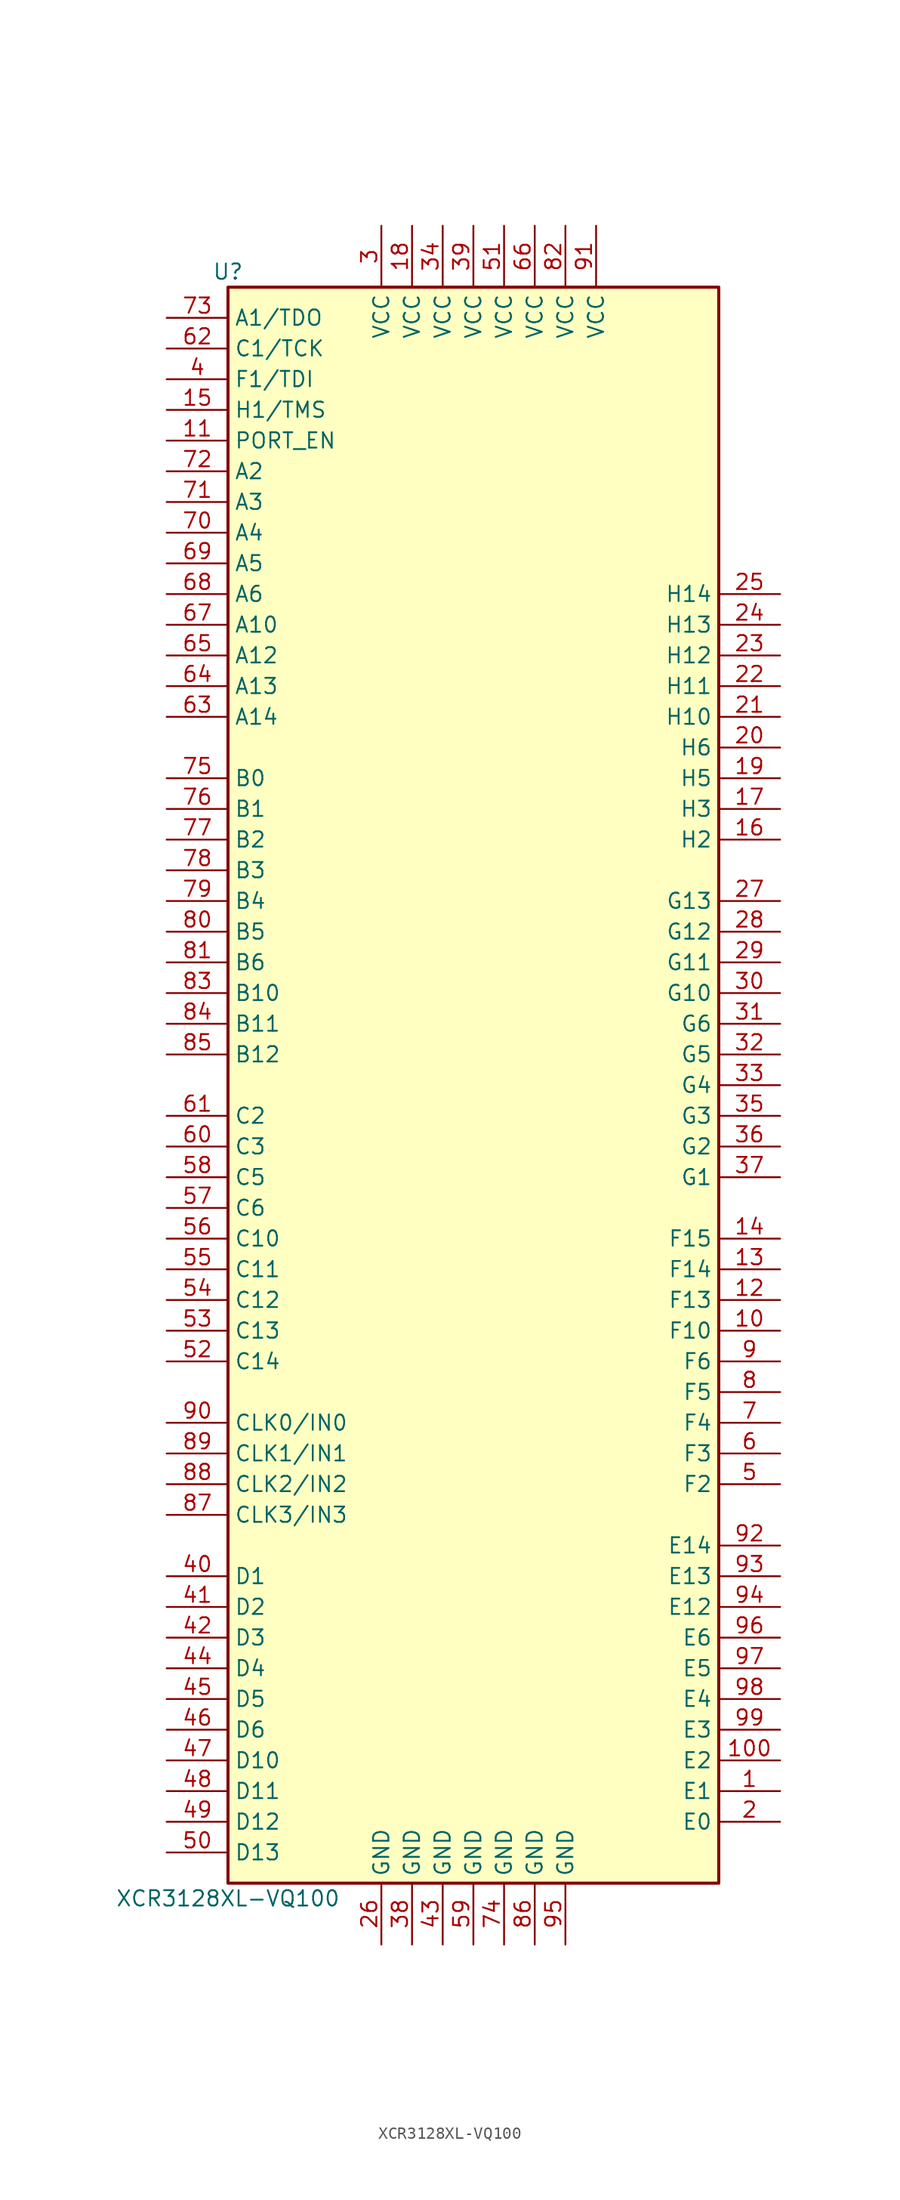
<source format=kicad_sym>
(kicad_symbol_lib
  (version 20201005)
  (generator kicad_symbol_editor)
  (symbol "CPLD_Xilinx:XCR3128XL-VQ100"
    (property "Reference" "U"
      (at -20.32 67.31 0)
      (effects (font (size 1.27 1.27))))
    (property "Value" "XCR3128XL-VQ100"
      (at -20.32 -67.31 0)
      (effects (font (size 1.27 1.27))))
    (symbol "XCR3128XL-VQ100_1_1"
      (rectangle (start -20.32 66.04) (end 20.32 -66.04) (stroke (width 0.254)) (fill (type background)))
      (pin passive line (at 25.4 -58.42 180) (length 5.08) (name "E1" (effects (font (size 1.27 1.27)))) (number "1" (effects (font (size 1.27 1.27)))))
      (pin passive line (at 25.4 -60.96 180) (length 5.08) (name "E0" (effects (font (size 1.27 1.27)))) (number "2" (effects (font (size 1.27 1.27)))))
      (pin power_in line (at -7.62 71.12 270) (length 5.08) (name "VCC" (effects (font (size 1.27 1.27)))) (number "3" (effects (font (size 1.27 1.27)))))
      (pin passive line (at -25.4 58.42 0) (length 5.08) (name "F1/TDI" (effects (font (size 1.27 1.27)))) (number "4" (effects (font (size 1.27 1.27)))))
      (pin passive line (at 25.4 -33.02 180) (length 5.08) (name "F2" (effects (font (size 1.27 1.27)))) (number "5" (effects (font (size 1.27 1.27)))))
      (pin passive line (at 25.4 -30.48 180) (length 5.08) (name "F3" (effects (font (size 1.27 1.27)))) (number "6" (effects (font (size 1.27 1.27)))))
      (pin passive line (at 25.4 -27.94 180) (length 5.08) (name "F4" (effects (font (size 1.27 1.27)))) (number "7" (effects (font (size 1.27 1.27)))))
      (pin passive line (at 25.4 -25.4 180) (length 5.08) (name "F5" (effects (font (size 1.27 1.27)))) (number "8" (effects (font (size 1.27 1.27)))))
      (pin passive line (at 25.4 -22.86 180) (length 5.08) (name "F6" (effects (font (size 1.27 1.27)))) (number "9" (effects (font (size 1.27 1.27)))))
      (pin passive line (at 25.4 -20.32 180) (length 5.08) (name "F10" (effects (font (size 1.27 1.27)))) (number "10" (effects (font (size 1.27 1.27)))))
      (pin passive line (at 25.4 27.94 180) (length 5.08) (name "H6" (effects (font (size 1.27 1.27)))) (number "20" (effects (font (size 1.27 1.27)))))
      (pin passive line (at 25.4 7.62 180) (length 5.08) (name "G10" (effects (font (size 1.27 1.27)))) (number "30" (effects (font (size 1.27 1.27)))))
      (pin passive line (at -25.4 -40.64 0) (length 5.08) (name "D1" (effects (font (size 1.27 1.27)))) (number "40" (effects (font (size 1.27 1.27)))))
      (pin passive line (at -25.4 -63.5 0) (length 5.08) (name "D13" (effects (font (size 1.27 1.27)))) (number "50" (effects (font (size 1.27 1.27)))))
      (pin passive line (at -25.4 -5.08 0) (length 5.08) (name "C3" (effects (font (size 1.27 1.27)))) (number "60" (effects (font (size 1.27 1.27)))))
      (pin passive line (at -25.4 45.72 0) (length 5.08) (name "A4" (effects (font (size 1.27 1.27)))) (number "70" (effects (font (size 1.27 1.27)))))
      (pin passive line (at -25.4 12.7 0) (length 5.08) (name "B5" (effects (font (size 1.27 1.27)))) (number "80" (effects (font (size 1.27 1.27)))))
      (pin input line (at -25.4 -27.94 0) (length 5.08) (name "CLK0/IN0" (effects (font (size 1.27 1.27)))) (number "90" (effects (font (size 1.27 1.27)))))
      (pin passive line (at -25.4 53.34 0) (length 5.08) (name "PORT_EN" (effects (font (size 1.27 1.27)))) (number "11" (effects (font (size 1.27 1.27)))))
      (pin passive line (at 25.4 30.48 180) (length 5.08) (name "H10" (effects (font (size 1.27 1.27)))) (number "21" (effects (font (size 1.27 1.27)))))
      (pin passive line (at 25.4 5.08 180) (length 5.08) (name "G6" (effects (font (size 1.27 1.27)))) (number "31" (effects (font (size 1.27 1.27)))))
      (pin passive line (at -25.4 -43.18 0) (length 5.08) (name "D2" (effects (font (size 1.27 1.27)))) (number "41" (effects (font (size 1.27 1.27)))))
      (pin power_in line (at 2.54 71.12 270) (length 5.08) (name "VCC" (effects (font (size 1.27 1.27)))) (number "51" (effects (font (size 1.27 1.27)))))
      (pin passive line (at -25.4 -2.54 0) (length 5.08) (name "C2" (effects (font (size 1.27 1.27)))) (number "61" (effects (font (size 1.27 1.27)))))
      (pin passive line (at -25.4 48.26 0) (length 5.08) (name "A3" (effects (font (size 1.27 1.27)))) (number "71" (effects (font (size 1.27 1.27)))))
      (pin passive line (at -25.4 10.16 0) (length 5.08) (name "B6" (effects (font (size 1.27 1.27)))) (number "81" (effects (font (size 1.27 1.27)))))
      (pin power_in line (at 10.16 71.12 270) (length 5.08) (name "VCC" (effects (font (size 1.27 1.27)))) (number "91" (effects (font (size 1.27 1.27)))))
      (pin passive line (at 25.4 -17.78 180) (length 5.08) (name "F13" (effects (font (size 1.27 1.27)))) (number "12" (effects (font (size 1.27 1.27)))))
      (pin passive line (at 25.4 33.02 180) (length 5.08) (name "H11" (effects (font (size 1.27 1.27)))) (number "22" (effects (font (size 1.27 1.27)))))
      (pin passive line (at 25.4 2.54 180) (length 5.08) (name "G5" (effects (font (size 1.27 1.27)))) (number "32" (effects (font (size 1.27 1.27)))))
      (pin passive line (at -25.4 -45.72 0) (length 5.08) (name "D3" (effects (font (size 1.27 1.27)))) (number "42" (effects (font (size 1.27 1.27)))))
      (pin passive line (at -25.4 -22.86 0) (length 5.08) (name "C14" (effects (font (size 1.27 1.27)))) (number "52" (effects (font (size 1.27 1.27)))))
      (pin passive line (at -25.4 60.96 0) (length 5.08) (name "C1/TCK" (effects (font (size 1.27 1.27)))) (number "62" (effects (font (size 1.27 1.27)))))
      (pin passive line (at -25.4 50.8 0) (length 5.08) (name "A2" (effects (font (size 1.27 1.27)))) (number "72" (effects (font (size 1.27 1.27)))))
      (pin power_in line (at 7.62 71.12 270) (length 5.08) (name "VCC" (effects (font (size 1.27 1.27)))) (number "82" (effects (font (size 1.27 1.27)))))
      (pin passive line (at 25.4 -38.1 180) (length 5.08) (name "E14" (effects (font (size 1.27 1.27)))) (number "92" (effects (font (size 1.27 1.27)))))
      (pin passive line (at 25.4 -15.24 180) (length 5.08) (name "F14" (effects (font (size 1.27 1.27)))) (number "13" (effects (font (size 1.27 1.27)))))
      (pin passive line (at 25.4 35.56 180) (length 5.08) (name "H12" (effects (font (size 1.27 1.27)))) (number "23" (effects (font (size 1.27 1.27)))))
      (pin passive line (at 25.4 0 180) (length 5.08) (name "G4" (effects (font (size 1.27 1.27)))) (number "33" (effects (font (size 1.27 1.27)))))
      (pin power_in line (at -2.54 -71.12 90) (length 5.08) (name "GND" (effects (font (size 1.27 1.27)))) (number "43" (effects (font (size 1.27 1.27)))))
      (pin passive line (at -25.4 -20.32 0) (length 5.08) (name "C13" (effects (font (size 1.27 1.27)))) (number "53" (effects (font (size 1.27 1.27)))))
      (pin passive line (at -25.4 30.48 0) (length 5.08) (name "A14" (effects (font (size 1.27 1.27)))) (number "63" (effects (font (size 1.27 1.27)))))
      (pin passive line (at -25.4 63.5 0) (length 5.08) (name "A1/TDO" (effects (font (size 1.27 1.27)))) (number "73" (effects (font (size 1.27 1.27)))))
      (pin passive line (at -25.4 7.62 0) (length 5.08) (name "B10" (effects (font (size 1.27 1.27)))) (number "83" (effects (font (size 1.27 1.27)))))
      (pin passive line (at 25.4 -40.64 180) (length 5.08) (name "E13" (effects (font (size 1.27 1.27)))) (number "93" (effects (font (size 1.27 1.27)))))
      (pin passive line (at 25.4 -12.7 180) (length 5.08) (name "F15" (effects (font (size 1.27 1.27)))) (number "14" (effects (font (size 1.27 1.27)))))
      (pin passive line (at 25.4 38.1 180) (length 5.08) (name "H13" (effects (font (size 1.27 1.27)))) (number "24" (effects (font (size 1.27 1.27)))))
      (pin power_in line (at -2.54 71.12 270) (length 5.08) (name "VCC" (effects (font (size 1.27 1.27)))) (number "34" (effects (font (size 1.27 1.27)))))
      (pin passive line (at -25.4 -48.26 0) (length 5.08) (name "D4" (effects (font (size 1.27 1.27)))) (number "44" (effects (font (size 1.27 1.27)))))
      (pin passive line (at -25.4 -17.78 0) (length 5.08) (name "C12" (effects (font (size 1.27 1.27)))) (number "54" (effects (font (size 1.27 1.27)))))
      (pin passive line (at -25.4 33.02 0) (length 5.08) (name "A13" (effects (font (size 1.27 1.27)))) (number "64" (effects (font (size 1.27 1.27)))))
      (pin power_in line (at 2.54 -71.12 90) (length 5.08) (name "GND" (effects (font (size 1.27 1.27)))) (number "74" (effects (font (size 1.27 1.27)))))
      (pin passive line (at -25.4 5.08 0) (length 5.08) (name "B11" (effects (font (size 1.27 1.27)))) (number "84" (effects (font (size 1.27 1.27)))))
      (pin passive line (at 25.4 -43.18 180) (length 5.08) (name "E12" (effects (font (size 1.27 1.27)))) (number "94" (effects (font (size 1.27 1.27)))))
      (pin passive line (at -25.4 55.88 0) (length 5.08) (name "H1/TMS" (effects (font (size 1.27 1.27)))) (number "15" (effects (font (size 1.27 1.27)))))
      (pin passive line (at 25.4 40.64 180) (length 5.08) (name "H14" (effects (font (size 1.27 1.27)))) (number "25" (effects (font (size 1.27 1.27)))))
      (pin passive line (at 25.4 -2.54 180) (length 5.08) (name "G3" (effects (font (size 1.27 1.27)))) (number "35" (effects (font (size 1.27 1.27)))))
      (pin passive line (at -25.4 -50.8 0) (length 5.08) (name "D5" (effects (font (size 1.27 1.27)))) (number "45" (effects (font (size 1.27 1.27)))))
      (pin passive line (at -25.4 -15.24 0) (length 5.08) (name "C11" (effects (font (size 1.27 1.27)))) (number "55" (effects (font (size 1.27 1.27)))))
      (pin passive line (at -25.4 35.56 0) (length 5.08) (name "A12" (effects (font (size 1.27 1.27)))) (number "65" (effects (font (size 1.27 1.27)))))
      (pin passive line (at -25.4 25.4 0) (length 5.08) (name "B0" (effects (font (size 1.27 1.27)))) (number "75" (effects (font (size 1.27 1.27)))))
      (pin passive line (at -25.4 2.54 0) (length 5.08) (name "B12" (effects (font (size 1.27 1.27)))) (number "85" (effects (font (size 1.27 1.27)))))
      (pin power_in line (at 7.62 -71.12 90) (length 5.08) (name "GND" (effects (font (size 1.27 1.27)))) (number "95" (effects (font (size 1.27 1.27)))))
      (pin passive line (at 25.4 20.32 180) (length 5.08) (name "H2" (effects (font (size 1.27 1.27)))) (number "16" (effects (font (size 1.27 1.27)))))
      (pin power_in line (at -7.62 -71.12 90) (length 5.08) (name "GND" (effects (font (size 1.27 1.27)))) (number "26" (effects (font (size 1.27 1.27)))))
      (pin passive line (at 25.4 -5.08 180) (length 5.08) (name "G2" (effects (font (size 1.27 1.27)))) (number "36" (effects (font (size 1.27 1.27)))))
      (pin passive line (at -25.4 -53.34 0) (length 5.08) (name "D6" (effects (font (size 1.27 1.27)))) (number "46" (effects (font (size 1.27 1.27)))))
      (pin passive line (at -25.4 -12.7 0) (length 5.08) (name "C10" (effects (font (size 1.27 1.27)))) (number "56" (effects (font (size 1.27 1.27)))))
      (pin power_in line (at 5.08 71.12 270) (length 5.08) (name "VCC" (effects (font (size 1.27 1.27)))) (number "66" (effects (font (size 1.27 1.27)))))
      (pin passive line (at -25.4 22.86 0) (length 5.08) (name "B1" (effects (font (size 1.27 1.27)))) (number "76" (effects (font (size 1.27 1.27)))))
      (pin power_in line (at 5.08 -71.12 90) (length 5.08) (name "GND" (effects (font (size 1.27 1.27)))) (number "86" (effects (font (size 1.27 1.27)))))
      (pin passive line (at 25.4 -45.72 180) (length 5.08) (name "E6" (effects (font (size 1.27 1.27)))) (number "96" (effects (font (size 1.27 1.27)))))
      (pin passive line (at 25.4 22.86 180) (length 5.08) (name "H3" (effects (font (size 1.27 1.27)))) (number "17" (effects (font (size 1.27 1.27)))))
      (pin passive line (at 25.4 15.24 180) (length 5.08) (name "G13" (effects (font (size 1.27 1.27)))) (number "27" (effects (font (size 1.27 1.27)))))
      (pin passive line (at 25.4 -7.62 180) (length 5.08) (name "G1" (effects (font (size 1.27 1.27)))) (number "37" (effects (font (size 1.27 1.27)))))
      (pin passive line (at -25.4 -55.88 0) (length 5.08) (name "D10" (effects (font (size 1.27 1.27)))) (number "47" (effects (font (size 1.27 1.27)))))
      (pin passive line (at -25.4 -10.16 0) (length 5.08) (name "C6" (effects (font (size 1.27 1.27)))) (number "57" (effects (font (size 1.27 1.27)))))
      (pin passive line (at -25.4 38.1 0) (length 5.08) (name "A10" (effects (font (size 1.27 1.27)))) (number "67" (effects (font (size 1.27 1.27)))))
      (pin passive line (at -25.4 20.32 0) (length 5.08) (name "B2" (effects (font (size 1.27 1.27)))) (number "77" (effects (font (size 1.27 1.27)))))
      (pin input line (at -25.4 -35.56 0) (length 5.08) (name "CLK3/IN3" (effects (font (size 1.27 1.27)))) (number "87" (effects (font (size 1.27 1.27)))))
      (pin passive line (at 25.4 -48.26 180) (length 5.08) (name "E5" (effects (font (size 1.27 1.27)))) (number "97" (effects (font (size 1.27 1.27)))))
      (pin power_in line (at -5.08 71.12 270) (length 5.08) (name "VCC" (effects (font (size 1.27 1.27)))) (number "18" (effects (font (size 1.27 1.27)))))
      (pin passive line (at 25.4 12.7 180) (length 5.08) (name "G12" (effects (font (size 1.27 1.27)))) (number "28" (effects (font (size 1.27 1.27)))))
      (pin power_in line (at -5.08 -71.12 90) (length 5.08) (name "GND" (effects (font (size 1.27 1.27)))) (number "38" (effects (font (size 1.27 1.27)))))
      (pin passive line (at -25.4 -58.42 0) (length 5.08) (name "D11" (effects (font (size 1.27 1.27)))) (number "48" (effects (font (size 1.27 1.27)))))
      (pin passive line (at -25.4 -7.62 0) (length 5.08) (name "C5" (effects (font (size 1.27 1.27)))) (number "58" (effects (font (size 1.27 1.27)))))
      (pin passive line (at -25.4 40.64 0) (length 5.08) (name "A6" (effects (font (size 1.27 1.27)))) (number "68" (effects (font (size 1.27 1.27)))))
      (pin passive line (at -25.4 17.78 0) (length 5.08) (name "B3" (effects (font (size 1.27 1.27)))) (number "78" (effects (font (size 1.27 1.27)))))
      (pin input line (at -25.4 -33.02 0) (length 5.08) (name "CLK2/IN2" (effects (font (size 1.27 1.27)))) (number "88" (effects (font (size 1.27 1.27)))))
      (pin passive line (at 25.4 -50.8 180) (length 5.08) (name "E4" (effects (font (size 1.27 1.27)))) (number "98" (effects (font (size 1.27 1.27)))))
      (pin passive line (at 25.4 25.4 180) (length 5.08) (name "H5" (effects (font (size 1.27 1.27)))) (number "19" (effects (font (size 1.27 1.27)))))
      (pin passive line (at 25.4 10.16 180) (length 5.08) (name "G11" (effects (font (size 1.27 1.27)))) (number "29" (effects (font (size 1.27 1.27)))))
      (pin power_in line (at 0 71.12 270) (length 5.08) (name "VCC" (effects (font (size 1.27 1.27)))) (number "39" (effects (font (size 1.27 1.27)))))
      (pin passive line (at -25.4 -60.96 0) (length 5.08) (name "D12" (effects (font (size 1.27 1.27)))) (number "49" (effects (font (size 1.27 1.27)))))
      (pin power_in line (at 0 -71.12 90) (length 5.08) (name "GND" (effects (font (size 1.27 1.27)))) (number "59" (effects (font (size 1.27 1.27)))))
      (pin passive line (at -25.4 43.18 0) (length 5.08) (name "A5" (effects (font (size 1.27 1.27)))) (number "69" (effects (font (size 1.27 1.27)))))
      (pin passive line (at -25.4 15.24 0) (length 5.08) (name "B4" (effects (font (size 1.27 1.27)))) (number "79" (effects (font (size 1.27 1.27)))))
      (pin input line (at -25.4 -30.48 0) (length 5.08) (name "CLK1/IN1" (effects (font (size 1.27 1.27)))) (number "89" (effects (font (size 1.27 1.27)))))
      (pin passive line (at 25.4 -53.34 180) (length 5.08) (name "E3" (effects (font (size 1.27 1.27)))) (number "99" (effects (font (size 1.27 1.27)))))
      (pin passive line (at 25.4 -55.88 180) (length 5.08) (name "E2" (effects (font (size 1.27 1.27)))) (number "100" (effects (font (size 1.27 1.27))))))))
</source>
